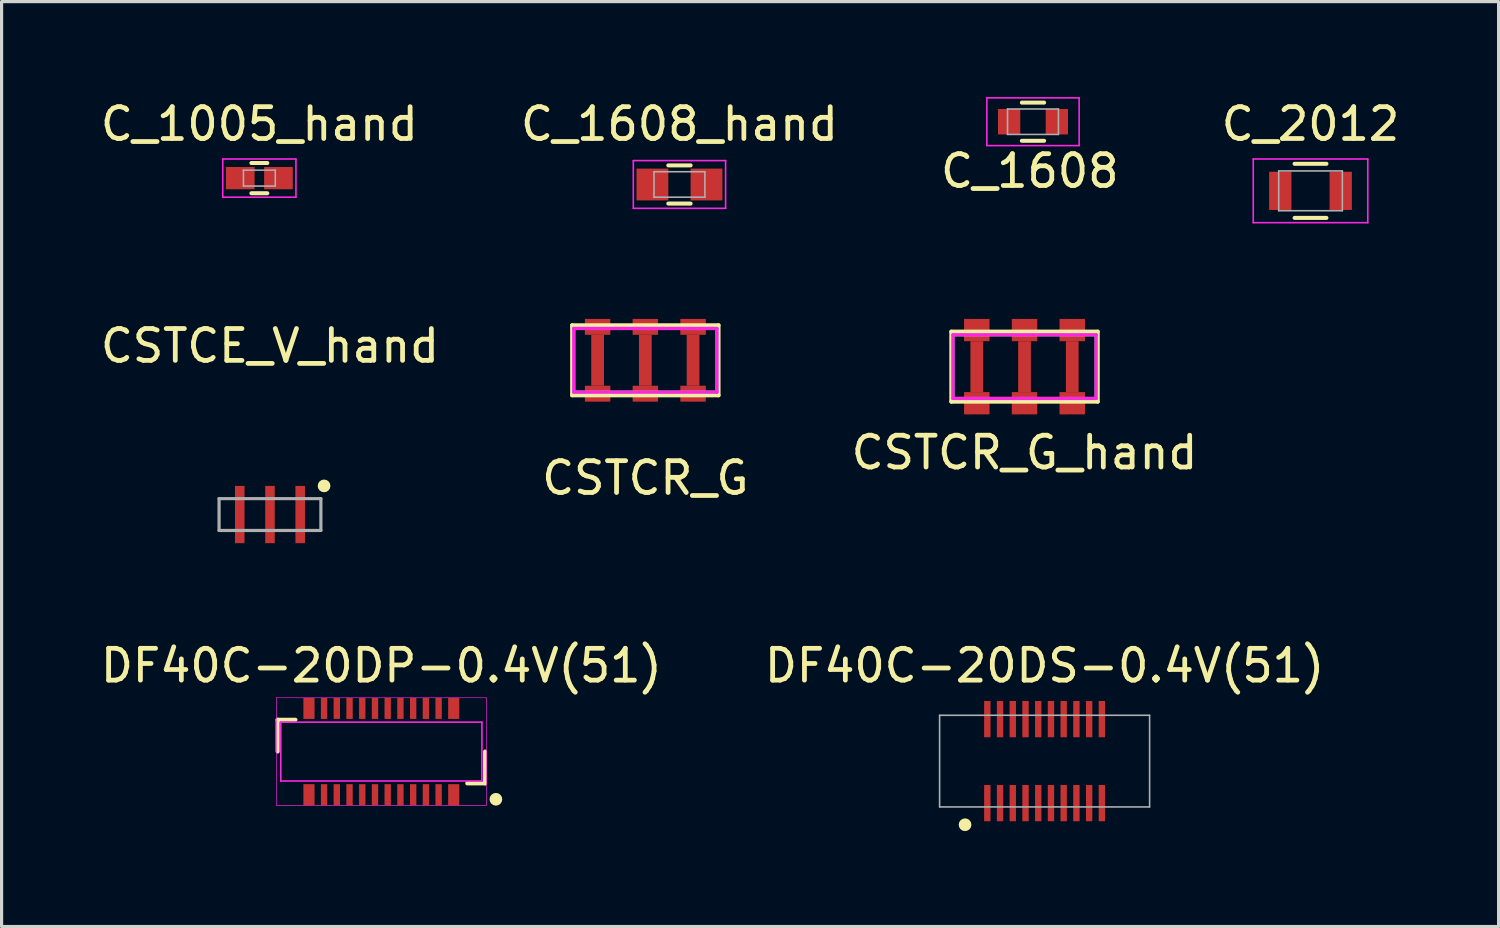
<source format=kicad_pcb>
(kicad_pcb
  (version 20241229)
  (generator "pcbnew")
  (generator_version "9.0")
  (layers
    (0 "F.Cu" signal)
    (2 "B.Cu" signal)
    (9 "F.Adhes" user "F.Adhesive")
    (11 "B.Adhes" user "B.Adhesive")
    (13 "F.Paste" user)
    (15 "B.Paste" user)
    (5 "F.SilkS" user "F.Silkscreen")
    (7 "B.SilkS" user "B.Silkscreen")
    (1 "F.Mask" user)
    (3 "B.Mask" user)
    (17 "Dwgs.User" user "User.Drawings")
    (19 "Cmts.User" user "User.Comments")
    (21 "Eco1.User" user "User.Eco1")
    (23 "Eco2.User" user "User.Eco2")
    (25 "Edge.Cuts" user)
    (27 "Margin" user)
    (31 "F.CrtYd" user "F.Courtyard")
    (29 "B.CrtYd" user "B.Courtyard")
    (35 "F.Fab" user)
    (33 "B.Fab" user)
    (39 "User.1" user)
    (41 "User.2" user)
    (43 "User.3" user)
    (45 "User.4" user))
  (footprint "CSTCR_G_hand"
    (layer "F.Cu")
    (at 29.149 8.473)
    (property "Reference" "CSTCR_G_hand" (at 0 2.7 0) (layer "F.SilkS") (effects (font (size 1 1) (thickness 0.15))))
    (attr through_hole)
    (fp_line (start -2.3 -1.1) (end 2.3 -1.1) (stroke (width 0.127) (type solid)) (layer "F.SilkS"))
    (fp_line (start -2.3 1.1) (end -2.3 -1.1) (stroke (width 0.127) (type solid)) (layer "F.SilkS"))
    (fp_line (start 2.3 -1.1) (end 2.3 1.1) (stroke (width 0.127) (type solid)) (layer "F.SilkS"))
    (fp_line (start 2.3 1.1) (end -2.3 1.1) (stroke (width 0.127) (type solid)) (layer "F.SilkS"))
    (fp_line (start -2.25 -1) (end -2.25 1) (stroke (width 0.1) (type solid)) (layer "F.CrtYd"))
    (fp_line (start -2.25 -1) (end 2.25 -1) (stroke (width 0.1) (type solid)) (layer "F.CrtYd"))
    (fp_line (start -2.25 1) (end 2.25 1) (stroke (width 0.1) (type solid)) (layer "F.CrtYd"))
    (fp_line (start 2.25 1) (end 2.25 -1) (stroke (width 0.1) (type solid)) (layer "F.CrtYd"))
    (fp_line (start -2.25 -1) (end -2.25 1) (stroke (width 0.1) (type solid)) (layer "F.Fab"))
    (fp_line (start -2.25 -1) (end 2.25 -1) (stroke (width 0.1) (type solid)) (layer "F.Fab"))
    (fp_line (start -2.25 1) (end 2.25 1) (stroke (width 0.1) (type solid)) (layer "F.Fab"))
    (fp_line (start 2.25 1) (end 2.25 -1) (stroke (width 0.1) (type solid)) (layer "F.Fab"))
    (pad "1" smd rect (at 1.5 -1.15) (size 0.8 0.7) (layers "F.Cu" "F.Mask" "F.Paste"))
    (pad "1" smd rect (at 1.5 0) (size 0.4 1.6) (layers "F.Cu" "F.Mask" "F.Paste"))
    (pad "1" smd rect (at 1.5 1.15) (size 0.8 0.7) (layers "F.Cu" "F.Mask" "F.Paste"))
    (pad "2" smd rect (at 0 -1.15) (size 0.8 0.7) (layers "F.Cu" "F.Mask" "F.Paste"))
    (pad "2" smd rect (at 0 0) (size 0.4 1.6) (layers "F.Cu" "F.Mask" "F.Paste"))
    (pad "2" smd rect (at 0 1.15) (size 0.8 0.7) (layers "F.Cu" "F.Mask" "F.Paste"))
    (pad "3" smd rect (at -1.5 -1.15) (size 0.8 0.7) (layers "F.Cu" "F.Mask" "F.Paste"))
    (pad "3" smd rect (at -1.5 0) (size 0.4 1.6) (layers "F.Cu" "F.Mask" "F.Paste"))
    (pad "3" smd rect (at -1.5 1.15) (size 0.8 0.7) (layers "F.Cu" "F.Mask" "F.Paste")))
  (footprint "C_1608_hand"
    (layer "F.Cu")
    (at 18.304 2.748)
    (property "Reference" "C_1608_hand" (at 0 -1.9 0) (layer "F.SilkS") (effects (font (size 1 1) (thickness 0.15))))
    (attr smd)
    (fp_line (start -0.35 -0.6) (end 0.35 -0.6) (stroke (width 0.127) (type solid)) (layer "F.SilkS"))
    (fp_line (start 0.35 0.6) (end -0.35 0.6) (stroke (width 0.127) (type solid)) (layer "F.SilkS"))
    (fp_line (start -1.45 -0.75) (end -1.45 0.75) (stroke (width 0.05) (type solid)) (layer "F.CrtYd"))
    (fp_line (start -1.45 -0.75) (end 1.45 -0.75) (stroke (width 0.05) (type solid)) (layer "F.CrtYd"))
    (fp_line (start -1.45 0.75) (end 1.45 0.75) (stroke (width 0.05) (type solid)) (layer "F.CrtYd"))
    (fp_line (start 1.45 -0.75) (end 1.45 0.75) (stroke (width 0.05) (type solid)) (layer "F.CrtYd"))
    (fp_line (start -0.8 -0.4) (end 0.8 -0.4) (stroke (width 0.05) (type solid)) (layer "F.Fab"))
    (fp_line (start -0.8 0.4) (end -0.8 -0.4) (stroke (width 0.05) (type solid)) (layer "F.Fab"))
    (fp_line (start 0.8 -0.4) (end 0.8 0.4) (stroke (width 0.05) (type solid)) (layer "F.Fab"))
    (fp_line (start 0.8 0.4) (end -0.8 0.4) (stroke (width 0.05) (type solid)) (layer "F.Fab"))
    (pad "1" smd rect (at -0.85 0) (size 1 1) (layers "F.Cu" "F.Mask" "F.Paste"))
    (pad "2" smd rect (at 0.85 0) (size 1 1) (layers "F.Cu" "F.Mask" "F.Paste")))
  (footprint "CSTCR_G"
    (layer "F.Cu")
    (at 17.232 8.273)
    (property "Reference" "CSTCR_G" (at 0 3.7 0) (layer "F.SilkS") (effects (font (size 1 1) (thickness 0.15))))
    (attr through_hole)
    (fp_line (start -2.3 -1.1) (end 2.3 -1.1) (stroke (width 0.127) (type solid)) (layer "F.SilkS"))
    (fp_line (start -2.3 1.1) (end -2.3 -1.1) (stroke (width 0.127) (type solid)) (layer "F.SilkS"))
    (fp_line (start 2.3 -1.1) (end 2.3 1.1) (stroke (width 0.127) (type solid)) (layer "F.SilkS"))
    (fp_line (start 2.3 1.1) (end -2.3 1.1) (stroke (width 0.127) (type solid)) (layer "F.SilkS"))
    (fp_line (start -2.25 -1) (end -2.25 1) (stroke (width 0.1) (type solid)) (layer "F.CrtYd"))
    (fp_line (start -2.25 -1) (end 2.25 -1) (stroke (width 0.1) (type solid)) (layer "F.CrtYd"))
    (fp_line (start -2.25 1) (end 2.25 1) (stroke (width 0.1) (type solid)) (layer "F.CrtYd"))
    (fp_line (start 2.25 1) (end 2.25 -1) (stroke (width 0.1) (type solid)) (layer "F.CrtYd"))
    (fp_line (start -2.25 -1) (end -2.25 1) (stroke (width 0.1) (type solid)) (layer "F.Fab"))
    (fp_line (start -2.25 -1) (end 2.25 -1) (stroke (width 0.1) (type solid)) (layer "F.Fab"))
    (fp_line (start -2.25 1) (end 2.25 1) (stroke (width 0.1) (type solid)) (layer "F.Fab"))
    (fp_line (start 2.25 1) (end 2.25 -1) (stroke (width 0.1) (type solid)) (layer "F.Fab"))
    (pad "1" smd rect (at 1.5 -1.05) (size 0.8 0.5) (layers "F.Cu" "F.Mask" "F.Paste"))
    (pad "1" smd rect (at 1.5 0) (size 0.4 1.6) (layers "F.Cu" "F.Mask" "F.Paste"))
    (pad "1" smd rect (at 1.5 1.05) (size 0.8 0.5) (layers "F.Cu" "F.Mask" "F.Paste"))
    (pad "2" smd rect (at 0 -1.05) (size 0.8 0.5) (layers "F.Cu" "F.Mask" "F.Paste"))
    (pad "2" smd rect (at 0 0) (size 0.4 1.6) (layers "F.Cu" "F.Mask" "F.Paste"))
    (pad "2" smd rect (at 0 1.05) (size 0.8 0.5) (layers "F.Cu" "F.Mask" "F.Paste"))
    (pad "3" smd rect (at -1.5 -1.05) (size 0.8 0.5) (layers "F.Cu" "F.Mask" "F.Paste"))
    (pad "3" smd rect (at -1.5 0) (size 0.4 1.6) (layers "F.Cu" "F.Mask" "F.Paste"))
    (pad "3" smd rect (at -1.5 1.05) (size 0.8 0.5) (layers "F.Cu" "F.Mask" "F.Paste")))
  (footprint "C_2012"
    (layer "F.Cu")
    (at 38.137 2.948)
    (property "Reference" "C_2012" (at 0 -2.1 0) (layer "F.SilkS") (effects (font (size 1 1) (thickness 0.15))))
    (attr smd)
    (fp_line (start -0.5 0.85) (end 0.5 0.85) (stroke (width 0.127) (type solid)) (layer "F.SilkS"))
    (fp_line (start 0.5 -0.85) (end -0.5 -0.85) (stroke (width 0.127) (type solid)) (layer "F.SilkS"))
    (fp_line (start -1.8 -1) (end -1.8 1) (stroke (width 0.05) (type solid)) (layer "F.CrtYd"))
    (fp_line (start -1.8 -1) (end 1.8 -1) (stroke (width 0.05) (type solid)) (layer "F.CrtYd"))
    (fp_line (start -1.8 1) (end 1.8 1) (stroke (width 0.05) (type solid)) (layer "F.CrtYd"))
    (fp_line (start 1.8 -1) (end 1.8 1) (stroke (width 0.05) (type solid)) (layer "F.CrtYd"))
    (fp_line (start -1 -0.625) (end 1 -0.625) (stroke (width 0.05) (type solid)) (layer "F.Fab"))
    (fp_line (start -1 0.625) (end -1 -0.625) (stroke (width 0.05) (type solid)) (layer "F.Fab"))
    (fp_line (start 1 -0.625) (end 1 0.625) (stroke (width 0.05) (type solid)) (layer "F.Fab"))
    (fp_line (start 1 0.625) (end -1 0.625) (stroke (width 0.05) (type solid)) (layer "F.Fab"))
    (pad "1" smd rect (at -0.95 0) (size 0.7 1.2) (layers "F.Cu" "F.Mask" "F.Paste"))
    (pad "2" smd rect (at 0.95 0) (size 0.7 1.2) (layers "F.Cu" "F.Mask" "F.Paste")))
  (footprint "DF40C-20DS-0.4V(51)"
    (layer "F.Cu")
    (at 29.78 20.87)
    (property "Reference" "DF40C-20DS-0.4V(51)" (at 0 -3 0) (layer "F.SilkS") (effects (font (size 1 1) (thickness 0.15))))
    (attr through_hole)
    (fp_circle (center -2.5 2) (end -2.4 2) (stroke (width 0.2) (type solid)) (fill no) (layer "F.SilkS"))
    (fp_line (start -3.3 -1.44) (end 3.3 -1.44) (stroke (width 0.05) (type solid)) (layer "F.Fab"))
    (fp_line (start -3.3 1.44) (end -3.3 -1.44) (stroke (width 0.05) (type solid)) (layer "F.Fab"))
    (fp_line (start 3.3 -1.44) (end 3.3 1.44) (stroke (width 0.05) (type solid)) (layer "F.Fab"))
    (fp_line (start 3.3 1.44) (end -3.3 1.44) (stroke (width 0.05) (type solid)) (layer "F.Fab"))
    (pad "1" smd rect (at -1.8 1.32) (size 0.2 1.14) (layers "F.Cu" "F.Mask" "F.Paste"))
    (pad "2" smd rect (at -1.8 -1.32) (size 0.2 1.14) (layers "F.Cu" "F.Mask" "F.Paste"))
    (pad "3" smd rect (at -1.4 1.32) (size 0.2 1.14) (layers "F.Cu" "F.Mask" "F.Paste"))
    (pad "4" smd rect (at -1.4 -1.32) (size 0.2 1.14) (layers "F.Cu" "F.Mask" "F.Paste"))
    (pad "5" smd rect (at -1 1.32) (size 0.2 1.14) (layers "F.Cu" "F.Mask" "F.Paste"))
    (pad "6" smd rect (at -1 -1.32) (size 0.2 1.14) (layers "F.Cu" "F.Mask" "F.Paste"))
    (pad "7" smd rect (at -0.6 1.32) (size 0.2 1.14) (layers "F.Cu" "F.Mask" "F.Paste"))
    (pad "8" smd rect (at -0.6 -1.32) (size 0.2 1.14) (layers "F.Cu" "F.Mask" "F.Paste"))
    (pad "9" smd rect (at -0.2 1.32) (size 0.2 1.14) (layers "F.Cu" "F.Mask" "F.Paste"))
    (pad "10" smd rect (at -0.2 -1.32) (size 0.2 1.14) (layers "F.Cu" "F.Mask" "F.Paste"))
    (pad "11" smd rect (at 0.2 1.32) (size 0.2 1.14) (layers "F.Cu" "F.Mask" "F.Paste"))
    (pad "12" smd rect (at 0.2 -1.32) (size 0.2 1.14) (layers "F.Cu" "F.Mask" "F.Paste"))
    (pad "13" smd rect (at 0.6 1.32) (size 0.2 1.14) (layers "F.Cu" "F.Mask" "F.Paste"))
    (pad "14" smd rect (at 0.6 -1.32) (size 0.2 1.14) (layers "F.Cu" "F.Mask" "F.Paste"))
    (pad "15" smd rect (at 1 1.32) (size 0.2 1.14) (layers "F.Cu" "F.Mask" "F.Paste"))
    (pad "16" smd rect (at 1 -1.32) (size 0.2 1.14) (layers "F.Cu" "F.Mask" "F.Paste"))
    (pad "17" smd rect (at 1.4 1.32) (size 0.2 1.14) (layers "F.Cu" "F.Mask" "F.Paste"))
    (pad "18" smd rect (at 1.4 -1.32) (size 0.2 1.14) (layers "F.Cu" "F.Mask" "F.Paste"))
    (pad "19" smd rect (at 1.8 1.32) (size 0.2 1.14) (layers "F.Cu" "F.Mask" "F.Paste"))
    (pad "20" smd rect (at 1.8 -1.32) (size 0.2 1.14) (layers "F.Cu" "F.Mask" "F.Paste")))
  (footprint "C_1608"
    (layer "F.Cu")
    (at 29.415 0.775)
    (property "Reference" "C_1608" (at -0.1 1.55 0) (layer "F.SilkS") (effects (font (size 1 1) (thickness 0.15))))
    (attr smd)
    (fp_line (start -0.35 -0.6) (end 0.35 -0.6) (stroke (width 0.127) (type solid)) (layer "F.SilkS"))
    (fp_line (start 0.35 0.6) (end -0.35 0.6) (stroke (width 0.127) (type solid)) (layer "F.SilkS"))
    (fp_line (start -1.45 -0.75) (end -1.45 0.75) (stroke (width 0.05) (type solid)) (layer "F.CrtYd"))
    (fp_line (start -1.45 -0.75) (end 1.45 -0.75) (stroke (width 0.05) (type solid)) (layer "F.CrtYd"))
    (fp_line (start -1.45 0.75) (end 1.45 0.75) (stroke (width 0.05) (type solid)) (layer "F.CrtYd"))
    (fp_line (start 1.45 -0.75) (end 1.45 0.75) (stroke (width 0.05) (type solid)) (layer "F.CrtYd"))
    (fp_line (start -0.8 -0.4) (end 0.8 -0.4) (stroke (width 0.05) (type solid)) (layer "F.Fab"))
    (fp_line (start -0.8 0.4) (end -0.8 -0.4) (stroke (width 0.05) (type solid)) (layer "F.Fab"))
    (fp_line (start 0.8 -0.4) (end 0.8 0.4) (stroke (width 0.05) (type solid)) (layer "F.Fab"))
    (fp_line (start 0.8 0.4) (end -0.8 0.4) (stroke (width 0.05) (type solid)) (layer "F.Fab"))
    (pad "1" smd rect (at -0.75 0) (size 0.7 0.8) (layers "F.Cu" "F.Mask" "F.Paste"))
    (pad "2" smd rect (at 0.75 0) (size 0.7 0.8) (layers "F.Cu" "F.Mask" "F.Paste")))
  (footprint "DF40C-20DP-0.4V(51)"
    (layer "F.Cu")
    (at 8.935 20.57)
    (property "Reference" "DF40C-20DP-0.4V(51)" (at 0 -2.7 0) (layer "F.SilkS") (effects (font (size 1 1) (thickness 0.15))))
    (attr through_hole)
    (fp_line (start -3.26 -1) (end -3.26 0) (stroke (width 0.127) (type solid)) (layer "F.SilkS"))
    (fp_line (start -3.26 -1) (end -2.7 -1) (stroke (width 0.127) (type solid)) (layer "F.SilkS"))
    (fp_line (start 2.7 1) (end 3.26 1) (stroke (width 0.127) (type solid)) (layer "F.SilkS"))
    (fp_line (start 3.26 1) (end 3.26 0) (stroke (width 0.127) (type solid)) (layer "F.SilkS"))
    (fp_circle (center 3.6 1.5) (end 3.6 1.6) (stroke (width 0.2) (type solid)) (fill no) (layer "F.SilkS"))
    (fp_line (start -3.3 -1.69) (end 3.3 -1.69) (stroke (width 0.02) (type solid)) (layer "F.CrtYd"))
    (fp_line (start -3.3 1.69) (end -3.3 -1.69) (stroke (width 0.02) (type solid)) (layer "F.CrtYd"))
    (fp_line (start -3.16 -0.925) (end 3.16 -0.925) (stroke (width 0.05) (type solid)) (layer "F.CrtYd"))
    (fp_line (start -3.16 0.925) (end -3.16 -0.925) (stroke (width 0.05) (type solid)) (layer "F.CrtYd"))
    (fp_line (start 3.16 -0.925) (end 3.16 0.925) (stroke (width 0.05) (type solid)) (layer "F.CrtYd"))
    (fp_line (start 3.16 0.925) (end -3.16 0.925) (stroke (width 0.05) (type solid)) (layer "F.CrtYd"))
    (fp_line (start 3.3 -1.69) (end 3.3 1.69) (stroke (width 0.02) (type solid)) (layer "F.CrtYd"))
    (fp_line (start 3.3 1.69) (end -3.3 1.69) (stroke (width 0.02) (type solid)) (layer "F.CrtYd"))
    (pad "" smd rect (at -2.275 -1.355) (size 0.35 0.66) (layers "F.Cu" "F.Mask" "F.Paste"))
    (pad "" smd rect (at -2.275 1.355) (size 0.35 0.66) (layers "F.Cu" "F.Mask" "F.Paste"))
    (pad "" smd rect (at 2.275 -1.355) (size 0.35 0.66) (layers "F.Cu" "F.Mask" "F.Paste"))
    (pad "" smd rect (at 2.275 1.355) (size 0.35 0.66) (layers "F.Cu" "F.Mask" "F.Paste"))
    (pad "1" smd rect (at 1.8 1.355) (size 0.2 0.66) (layers "F.Cu" "F.Mask" "F.Paste"))
    (pad "2" smd rect (at 1.8 -1.355) (size 0.2 0.66) (layers "F.Cu" "F.Mask" "F.Paste"))
    (pad "3" smd rect (at 1.4 1.355) (size 0.2 0.66) (layers "F.Cu" "F.Mask" "F.Paste"))
    (pad "4" smd rect (at 1.4 -1.355) (size 0.2 0.66) (layers "F.Cu" "F.Mask" "F.Paste"))
    (pad "5" smd rect (at 1 1.355) (size 0.2 0.66) (layers "F.Cu" "F.Mask" "F.Paste"))
    (pad "6" smd rect (at 1 -1.355) (size 0.2 0.66) (layers "F.Cu" "F.Mask" "F.Paste"))
    (pad "7" smd rect (at 0.6 1.355) (size 0.2 0.66) (layers "F.Cu" "F.Mask" "F.Paste"))
    (pad "8" smd rect (at 0.6 -1.355) (size 0.2 0.66) (layers "F.Cu" "F.Mask" "F.Paste"))
    (pad "9" smd rect (at 0.2 1.355) (size 0.2 0.66) (layers "F.Cu" "F.Mask" "F.Paste"))
    (pad "10" smd rect (at 0.2 -1.355) (size 0.2 0.66) (layers "F.Cu" "F.Mask" "F.Paste"))
    (pad "11" smd rect (at -0.2 1.355) (size 0.2 0.66) (layers "F.Cu" "F.Mask" "F.Paste"))
    (pad "12" smd rect (at -0.2 -1.355) (size 0.2 0.66) (layers "F.Cu" "F.Mask" "F.Paste"))
    (pad "13" smd rect (at -0.6 1.355) (size 0.2 0.66) (layers "F.Cu" "F.Mask" "F.Paste"))
    (pad "14" smd rect (at -0.6 -1.355) (size 0.2 0.66) (layers "F.Cu" "F.Mask" "F.Paste"))
    (pad "15" smd rect (at -1 1.355) (size 0.2 0.66) (layers "F.Cu" "F.Mask" "F.Paste"))
    (pad "16" smd rect (at -1 -1.355) (size 0.2 0.66) (layers "F.Cu" "F.Mask" "F.Paste"))
    (pad "17" smd rect (at -1.4 1.355) (size 0.2 0.66) (layers "F.Cu" "F.Mask" "F.Paste"))
    (pad "18" smd rect (at -1.4 -1.355) (size 0.2 0.66) (layers "F.Cu" "F.Mask" "F.Paste"))
    (pad "19" smd rect (at -1.8 1.355) (size 0.2 0.66) (layers "F.Cu" "F.Mask" "F.Paste"))
    (pad "20" smd rect (at -1.8 -1.355) (size 0.2 0.66) (layers "F.Cu" "F.Mask" "F.Paste")))
  (footprint "C_1005_hand"
    (layer "F.Cu")
    (at 5.101 2.548)
    (property "Reference" "C_1005_hand" (at 0 -1.7 0) (layer "F.SilkS") (effects (font (size 1 1) (thickness 0.15))))
    (attr smd)
    (fp_line (start -0.25 0.475) (end 0.25 0.475) (stroke (width 0.127) (type solid)) (layer "F.SilkS"))
    (fp_line (start 0.25 -0.475) (end -0.25 -0.475) (stroke (width 0.127) (type solid)) (layer "F.SilkS"))
    (fp_line (start -1.15 -0.6) (end -1.15 0.6) (stroke (width 0.05) (type solid)) (layer "F.CrtYd"))
    (fp_line (start -1.15 -0.6) (end 1.15 -0.6) (stroke (width 0.05) (type solid)) (layer "F.CrtYd"))
    (fp_line (start -1.15 0.6) (end 1.15 0.6) (stroke (width 0.05) (type solid)) (layer "F.CrtYd"))
    (fp_line (start 1.15 -0.6) (end 1.15 0.6) (stroke (width 0.05) (type solid)) (layer "F.CrtYd"))
    (fp_line (start -0.5 -0.25) (end 0.5 -0.25) (stroke (width 0.05) (type solid)) (layer "F.Fab"))
    (fp_line (start -0.5 0.25) (end -0.5 -0.25) (stroke (width 0.05) (type solid)) (layer "F.Fab"))
    (fp_line (start 0.5 -0.25) (end 0.5 0.25) (stroke (width 0.05) (type solid)) (layer "F.Fab"))
    (fp_line (start 0.5 0.25) (end -0.5 0.25) (stroke (width 0.05) (type solid)) (layer "F.Fab"))
    (pad "1" smd rect (at -0.6 0) (size 0.9 0.7) (layers "F.Cu" "F.Mask" "F.Paste"))
    (pad "2" smd rect (at 0.6 0) (size 0.9 0.7) (layers "F.Cu" "F.Mask" "F.Paste")))
  (footprint "CSTCE_V_hand"
    (layer "F.Cu")
    (at 5.435 13.121)
    (property "Reference" "CSTCE_V_hand" (at 0 -5.3 0) (layer "F.SilkS") (effects (font (size 1 1) (thickness 0.15))))
    (attr through_hole)
    (fp_circle (center 1.7 -0.9) (end 1.7 -1) (stroke (width 0.2) (type solid)) (fill no) (layer "F.SilkS"))
    (fp_line (start -1.6 -0.5) (end 1.6 -0.5) (stroke (width 0.1) (type solid)) (layer "F.Fab"))
    (fp_line (start -1.6 0.5) (end -1.6 -0.5) (stroke (width 0.1) (type solid)) (layer "F.Fab"))
    (fp_line (start 1.6 -0.5) (end 1.6 0.5) (stroke (width 0.1) (type solid)) (layer "F.Fab"))
    (fp_line (start 1.6 0.5) (end -1.6 0.5) (stroke (width 0.1) (type solid)) (layer "F.Fab"))
    (pad "1" smd rect (at 0.95 0) (size 0.3 1.8) (layers "F.Cu" "F.Mask" "F.Paste"))
    (pad "2" smd rect (at 0 0) (size 0.3 1.8) (layers "F.Cu" "F.Mask" "F.Paste"))
    (pad "3" smd rect (at -0.95 0) (size 0.3 1.8) (layers "F.Cu" "F.Mask" "F.Paste")))
  (gr_rect
    (start -3 -3)
    (end 44.048 26.07)
    (stroke (width 0.1) (type default))
    (fill no)
    (layer "Edge.Cuts")))
</source>
